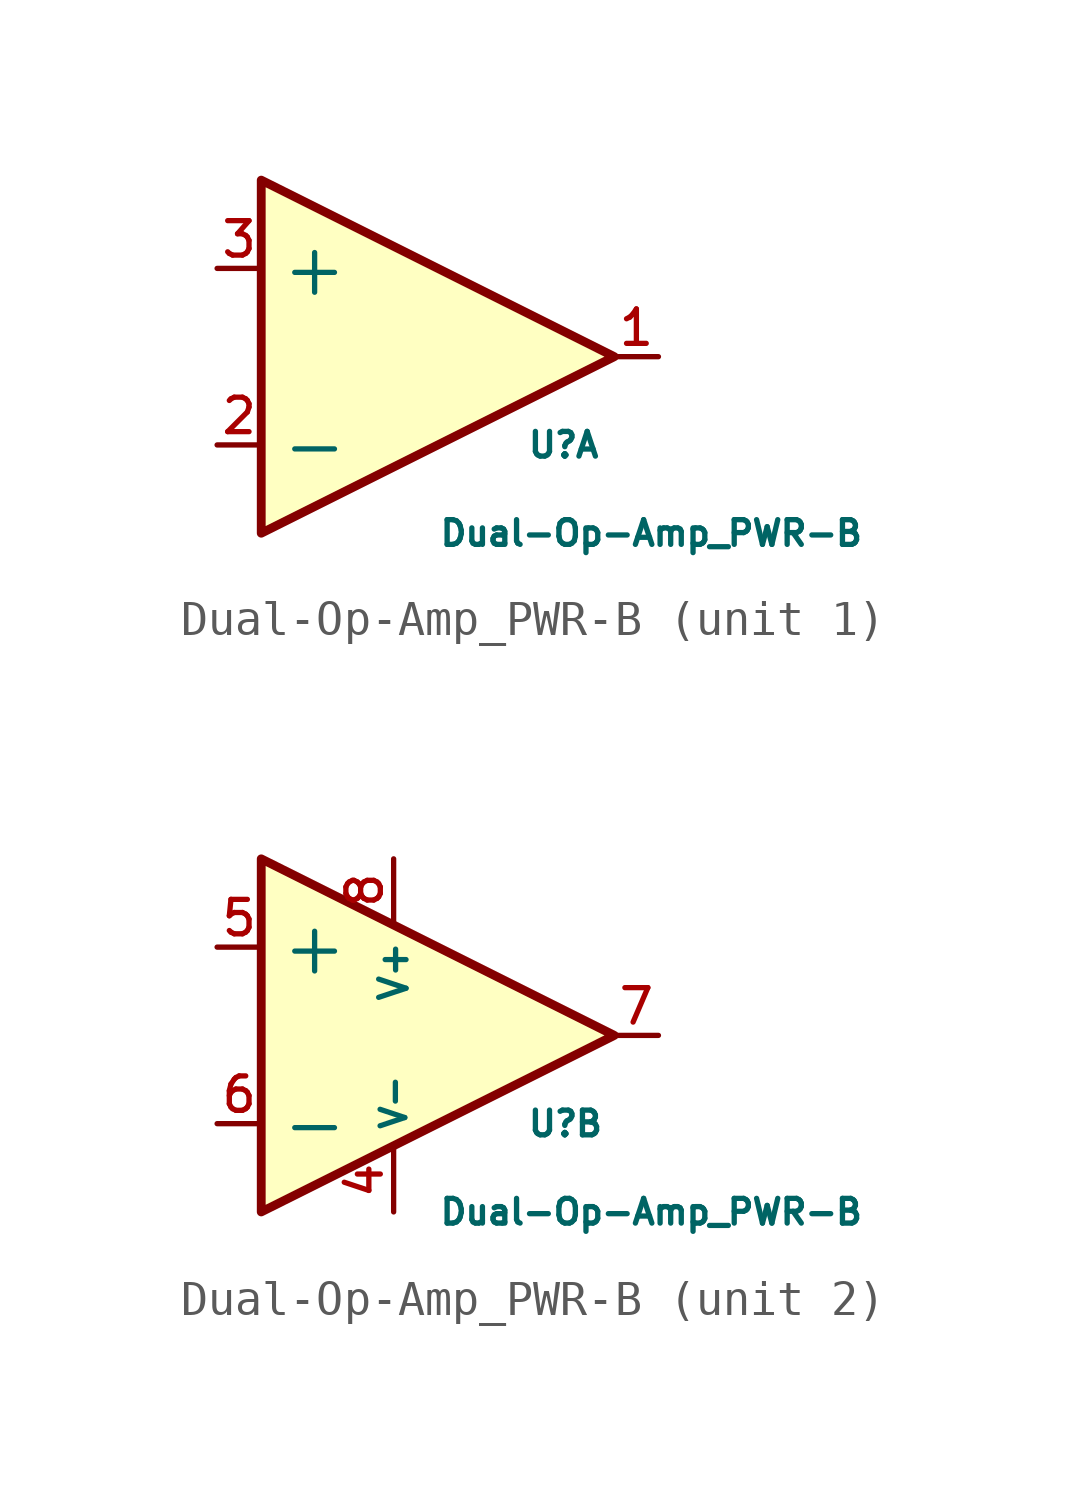
<source format=kicad_sym>
(kicad_symbol_lib
  (version 20220914)
  (generator kicad_symbol_editor)
  (symbol "Dual-Op-Amp_PWR-B"
    (property "Reference" "U"
      (at 2.54 -2.54 0)
      (effects (font (size 0.711 0.711)) (justify left)))
    (property "Value" "Dual-Op-Amp_PWR-B"
      (at 0 -5.08 0)
      (effects (font (size 0.711 0.711)) (justify left)))
    (symbol "Dual-Op-Amp_PWR-B_0_1"
      (polyline (pts (xy -5.08 5.08) (xy 5.08 0) (xy -5.08 -5.08) (xy -5.08 5.08)) (stroke (width 0.254) (type solid)) (fill (type background))))
    (symbol "Dual-Op-Amp_PWR-B_1_1"
      (pin output line (at 6.35 0 180) (length 1.27) (name "~" (effects (font (size 0.991 0.991)))) (number "1" (effects (font (size 0.991 0.991)))))
      (pin input line (at -6.35 -2.54 0) (length 1.27) (name "-" (effects (font (size 1.499 1.499)))) (number "2" (effects (font (size 0.991 0.991)))))
      (pin input line (at -6.35 2.54 0) (length 1.27) (name "+" (effects (font (size 1.499 1.499)))) (number "3" (effects (font (size 0.991 0.991))))))
    (symbol "Dual-Op-Amp_PWR-B_2_1"
      (pin power_in line (at -1.27 -5.08 90) (length 1.803) (name "V-" (effects (font (size 0.711 0.711)))) (number "4" (effects (font (size 0.991 0.991)))))
      (pin input line (at -6.35 2.54 0) (length 1.27) (name "+" (effects (font (size 1.499 1.499)))) (number "5" (effects (font (size 0.991 0.991)))))
      (pin input line (at -6.35 -2.54 0) (length 1.27) (name "-" (effects (font (size 1.499 1.499)))) (number "6" (effects (font (size 0.991 0.991)))))
      (pin output line (at 6.35 0 180) (length 1.27) (name "~" (effects (font (size 0.991 0.991)))) (number "7" (effects (font (size 0.991 0.991)))))
      (pin power_in line (at -1.27 5.08 270) (length 1.803) (name "V+" (effects (font (size 0.787 0.787)))) (number "8" (effects (font (size 0.991 0.991))))))))
</source>
